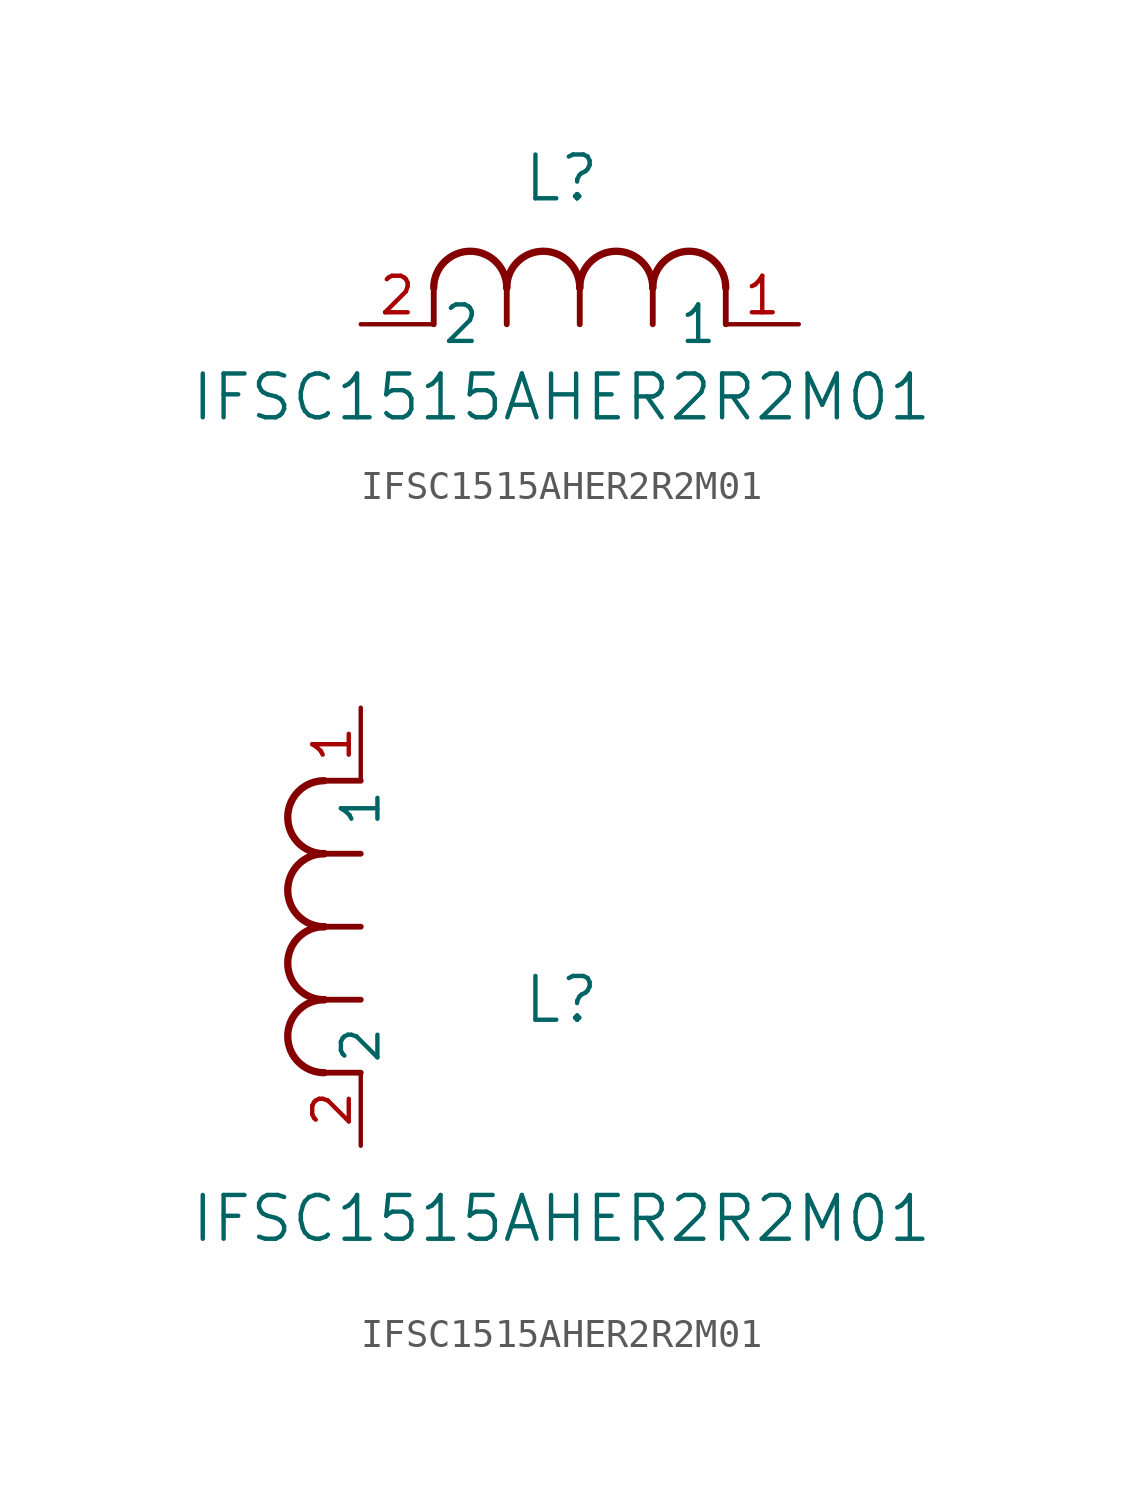
<source format=kicad_sym>
(kicad_symbol_lib
  (version 20211014)
  (generator kicad_symbol_editor)
  (symbol "IFSC1515AHER2R2M01"
    (pin_names
      (offset 0.254))
    (property "Reference" "L"
      (at 6.985 5.08 0)
      (effects (font (size 1.524 1.524))))
    (property "Value" "IFSC1515AHER2R2M01"
      (at 6.985 -2.54 0)
      (effects (font (size 1.524 1.524))))
    (symbol "IFSC1515AHER2R2M01_1_1"
      (arc (start 7.62 1.27) (mid 6.35 2.54) (end 5.08 1.27) (stroke (width 0.254) (type default) (color 0 0 0 0)) (fill (type none)))
      (polyline (pts (xy 5.08 0) (xy 5.08 1.27)) (stroke (width 0.203) (type default) (color 0 0 0 0)) (fill (type none)))
      (polyline (pts (xy 7.62 0) (xy 7.62 1.27)) (stroke (width 0.203) (type default) (color 0 0 0 0)) (fill (type none)))
      (polyline (pts (xy 12.7 0) (xy 12.7 1.27)) (stroke (width 0.203) (type default) (color 0 0 0 0)) (fill (type none)))
      (arc (start 5.08 1.27) (mid 3.81 2.54) (end 2.54 1.27) (stroke (width 0.254) (type default) (color 0 0 0 0)) (fill (type none)))
      (arc (start 10.16 1.27) (mid 8.89 2.54) (end 7.62 1.27) (stroke (width 0.254) (type default) (color 0 0 0 0)) (fill (type none)))
      (arc (start 12.7 1.27) (mid 11.43 2.54) (end 10.16 1.27) (stroke (width 0.254) (type default) (color 0 0 0 0)) (fill (type none)))
      (polyline (pts (xy 2.54 0) (xy 2.54 1.27)) (stroke (width 0.203) (type default) (color 0 0 0 0)) (fill (type none)))
      (polyline (pts (xy 10.16 0) (xy 10.16 1.27)) (stroke (width 0.203) (type default) (color 0 0 0 0)) (fill (type none)))
      (pin unspecified line (at 0 0 0) (length 2.54) (name "2" (effects (font (size 1.27 1.27)))) (number "2" (effects (font (size 1.27 1.27)))))
      (pin unspecified line (at 15.24 0 180) (length 2.54) (name "1" (effects (font (size 1.27 1.27)))) (number "1" (effects (font (size 1.27 1.27))))))
    (symbol "IFSC1515AHER2R2M01_1_2"
      (arc (start -1.27 7.62) (mid -2.54 6.35) (end -1.27 5.08) (stroke (width 0.254) (type default) (color 0 0 0 0)) (fill (type none)))
      (arc (start -1.27 5.08) (mid -2.54 3.81) (end -1.27 2.54) (stroke (width 0.254) (type default) (color 0 0 0 0)) (fill (type none)))
      (arc (start -1.27 12.7) (mid -2.54 11.43) (end -1.27 10.16) (stroke (width 0.254) (type default) (color 0 0 0 0)) (fill (type none)))
      (arc (start -1.27 10.16) (mid -2.54 8.89) (end -1.27 7.62) (stroke (width 0.254) (type default) (color 0 0 0 0)) (fill (type none)))
      (polyline (pts (xy 0 7.62) (xy -1.27 7.62)) (stroke (width 0.203) (type default) (color 0 0 0 0)) (fill (type none)))
      (polyline (pts (xy 0 5.08) (xy -1.27 5.08)) (stroke (width 0.203) (type default) (color 0 0 0 0)) (fill (type none)))
      (polyline (pts (xy 0 12.7) (xy -1.27 12.7)) (stroke (width 0.203) (type default) (color 0 0 0 0)) (fill (type none)))
      (polyline (pts (xy 0 2.54) (xy -1.27 2.54)) (stroke (width 0.203) (type default) (color 0 0 0 0)) (fill (type none)))
      (polyline (pts (xy 0 10.16) (xy -1.27 10.16)) (stroke (width 0.203) (type default) (color 0 0 0 0)) (fill (type none)))
      (pin unspecified line (at 0 0 90) (length 2.54) (name "2" (effects (font (size 1.27 1.27)))) (number "2" (effects (font (size 1.27 1.27)))))
      (pin unspecified line (at 0 15.24 270) (length 2.54) (name "1" (effects (font (size 1.27 1.27)))) (number "1" (effects (font (size 1.27 1.27))))))))
</source>
